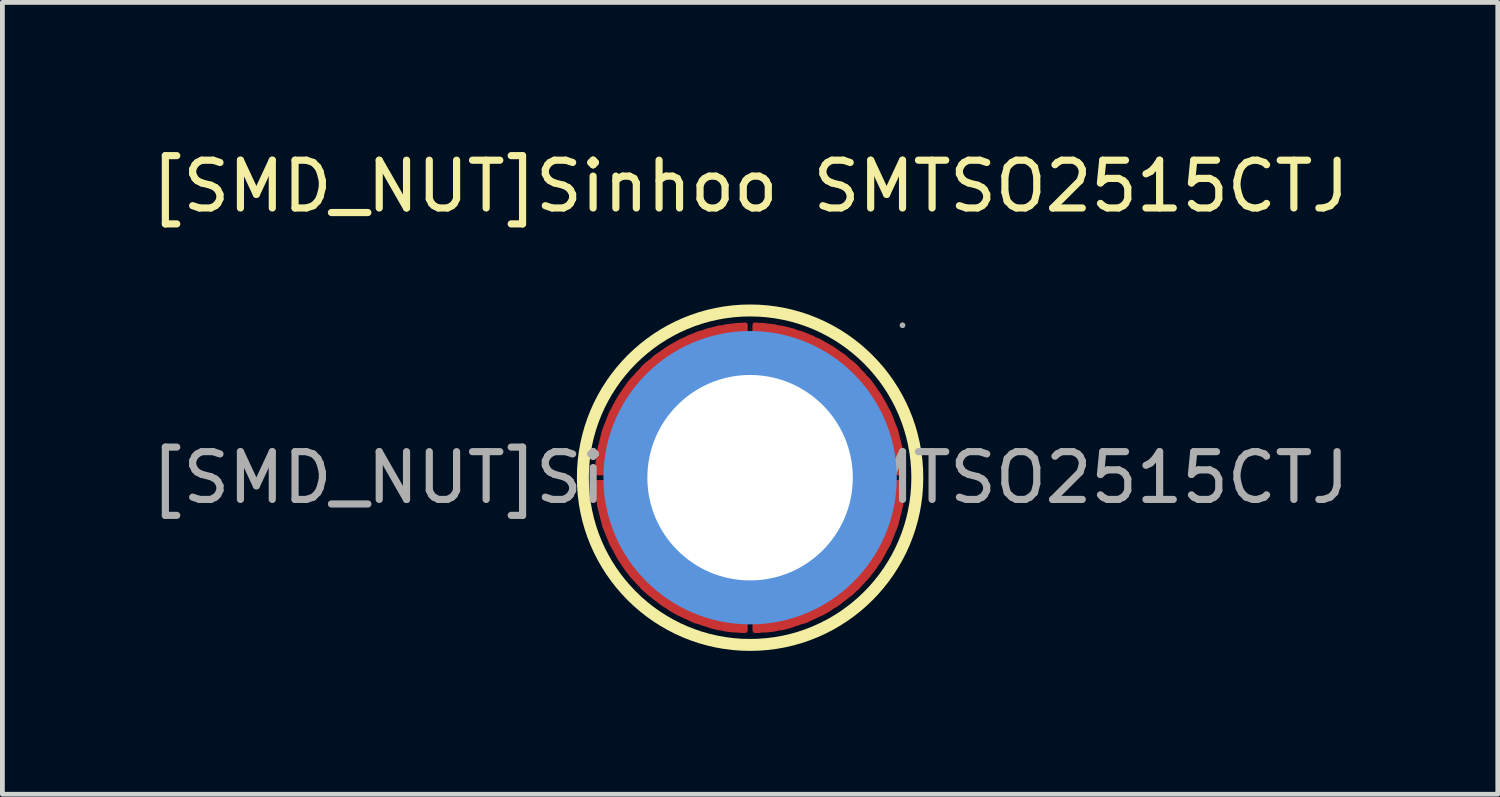
<source format=kicad_pcb>
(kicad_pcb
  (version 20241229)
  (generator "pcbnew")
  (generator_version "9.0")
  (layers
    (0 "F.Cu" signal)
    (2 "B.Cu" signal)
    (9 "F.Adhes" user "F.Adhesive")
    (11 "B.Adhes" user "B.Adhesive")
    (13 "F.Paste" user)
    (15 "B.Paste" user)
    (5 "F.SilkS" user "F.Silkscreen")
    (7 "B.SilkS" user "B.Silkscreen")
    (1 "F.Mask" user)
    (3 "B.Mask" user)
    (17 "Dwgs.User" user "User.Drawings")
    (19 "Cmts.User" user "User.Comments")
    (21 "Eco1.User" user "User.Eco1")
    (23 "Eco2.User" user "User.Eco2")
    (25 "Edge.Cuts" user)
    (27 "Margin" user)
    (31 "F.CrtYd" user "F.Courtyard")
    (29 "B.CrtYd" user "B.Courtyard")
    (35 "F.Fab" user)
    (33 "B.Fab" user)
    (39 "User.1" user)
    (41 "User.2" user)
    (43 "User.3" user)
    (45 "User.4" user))
  (footprint "[SMD_NUT]Sinhoo SMTSO2515CTJ"
    (layer "F.Cu")
    (at 12.649 6.948)
    (property "Reference" "[SMD_NUT]Sinhoo SMTSO2515CTJ" (at 0 -6.1 0) (layer "F.SilkS") (effects (font (size 1 1) (thickness 0.15))))
    (attr smd)
    (fp_circle (center 0 0) (end 3.5 0) (stroke (width 0.25) (type solid)) (fill no) (layer "F.SilkS"))
    (fp_circle (center 0 0) (end 1.02 0) (stroke (width 2.05) (type solid)) (fill no) (layer "Cmts.User"))
    (fp_circle (center 3.19 -3.19) (end 3.22 -3.19) (stroke (width 0.06) (type solid)) (fill no) (layer "F.Fab"))
    (fp_text user "${REFERENCE}" (at 0 0 0) (layer "F.Fab") (effects (font (size 1 1) (thickness 0.15))))
    (pad "" thru_hole circle (at 0 0) (size 4.3 4.3) (drill 4.3) (layers "*.Cu" "*.Mask"))
    (pad "1" smd custom (at -2.1 -1.65) (size 0.01 0.01) (layers "F.Cu" "F.Mask" "F.Paste") (options (anchor circle)) (primitives (gr_poly (pts (xy 2 -1.55) (xy 2 -0.55) (xy 1.93 -0.54) (xy 1.86 -0.54) (xy 1.8 -0.53) (xy 1.73 -0.52) (xy 1.66 -0.5) (xy 1.6 -0.49) (xy 1.53 -0.47) (xy 1.47 -0.46) (xy 1.4 -0.43) (xy 1.34 -0.41) (xy 1.27 -0.39) (xy 1.21 -0.36) (xy 1.15 -0.33) (xy 1.09 -0.3) (xy 1.03 -0.27) (xy 0.97 -0.24) (xy 0.91 -0.2) (xy 0.86 -0.16) (xy 0.8 -0.12) (xy 0.75 -0.08) (xy 0.69 -0.04) (xy 0.64 0) (xy 0.59 0.05) (xy 0.54 0.1) (xy 0.49 0.14) (xy 0.45 0.2) (xy 0.4 0.25) (xy 0.36 0.3) (xy 0.32 0.35) (xy 0.28 0.41) (xy 0.24 0.47) (xy 0.21 0.52) (xy 0.18 0.58) (xy 0.14 0.64) (xy 0.11 0.7) (xy 0.08 0.76) (xy 0.06 0.83) (xy 0.03 0.89) (xy 0.01 0.95) (xy -0.01 1.02) (xy -0.03 1.09) (xy -0.04 1.15) (xy -0.06 1.22) (xy -0.07 1.28) (xy -0.08 1.35) (xy -0.09 1.42) (xy -0.1 1.49) (xy -0.1 1.55) (xy -1.1 1.55) (xy -1.1 1.47) (xy -1.09 1.39) (xy -1.08 1.31) (xy -1.07 1.23) (xy -1.06 1.15) (xy -1.05 1.07) (xy -1.03 0.99) (xy -1.01 0.91) (xy -0.99 0.83) (xy -0.97 0.75) (xy -0.95 0.67) (xy -0.92 0.59) (xy -0.89 0.52) (xy -0.86 0.44) (xy -0.83 0.36) (xy -0.8 0.29) (xy -0.76 0.22) (xy -0.72 0.14) (xy -0.68 0.07) (xy -0.64 0) (xy -0.6 -0.07) (xy -0.55 -0.14) (xy -0.51 -0.2) (xy -0.46 -0.27) (xy -0.41 -0.34) (xy -0.36 -0.4) (xy -0.3 -0.46) (xy -0.25 -0.52) (xy -0.19 -0.58) (xy -0.14 -0.64) (xy -0.08 -0.7) (xy -0.02 -0.75) (xy 0.05 -0.8) (xy 0.11 -0.86) (xy 0.18 -0.91) (xy 0.24 -0.95) (xy 0.31 -1) (xy 0.38 -1.05) (xy 0.45 -1.09) (xy 0.52 -1.13) (xy 0.59 -1.17) (xy 0.66 -1.21) (xy 0.74 -1.24) (xy 0.81 -1.28) (xy 0.89 -1.31) (xy 0.96 -1.34) (xy 1.04 -1.37) (xy 1.12 -1.39) (xy 1.19 -1.42) (xy 1.27 -1.44) (xy 1.35 -1.46) (xy 1.43 -1.48) (xy 1.51 -1.49) (xy 1.59 -1.51) (xy 1.67 -1.52) (xy 1.76 -1.53) (xy 1.84 -1.54) (xy 1.92 -1.54) (xy 2 -1.55)) (width 0.1) (fill yes))))
    (pad "2" smd custom (at 1.65 -2.1) (size 0.01 0.01) (layers "F.Cu" "F.Mask" "F.Paste") (options (anchor circle)) (primitives (gr_poly (pts (xy 1.55 2) (xy 0.55 2) (xy 0.55 1.94) (xy 0.54 1.87) (xy 0.53 1.8) (xy 0.52 1.73) (xy 0.51 1.67) (xy 0.49 1.6) (xy 0.48 1.54) (xy 0.46 1.47) (xy 0.44 1.4) (xy 0.42 1.34) (xy 0.39 1.28) (xy 0.37 1.21) (xy 0.34 1.15) (xy 0.31 1.09) (xy 0.27 1.03) (xy 0.24 0.97) (xy 0.21 0.92) (xy 0.17 0.86) (xy 0.13 0.8) (xy 0.09 0.75) (xy 0.05 0.7) (xy 0 0.65) (xy -0.04 0.59) (xy -0.09 0.55) (xy -0.14 0.5) (xy -0.19 0.45) (xy -0.24 0.41) (xy -0.3 0.37) (xy -0.35 0.33) (xy -0.41 0.29) (xy -0.46 0.25) (xy -0.52 0.21) (xy -0.58 0.18) (xy -0.64 0.15) (xy -0.7 0.12) (xy -0.76 0.09) (xy -0.82 0.06) (xy -0.89 0.04) (xy -0.95 0.02) (xy -1.02 -0.01) (xy -1.08 -0.02) (xy -1.15 -0.04) (xy -1.21 -0.05) (xy -1.28 -0.07) (xy -1.35 -0.08) (xy -1.41 -0.09) (xy -1.48 -0.09) (xy -1.55 -0.1) (xy -1.55 -1.1) (xy -1.47 -1.09) (xy -1.39 -1.09) (xy -1.31 -1.08) (xy -1.22 -1.07) (xy -1.14 -1.06) (xy -1.06 -1.04) (xy -0.98 -1.03) (xy -0.9 -1.01) (xy -0.82 -0.99) (xy -0.74 -0.97) (xy -0.67 -0.94) (xy -0.59 -0.92) (xy -0.51 -0.89) (xy -0.44 -0.86) (xy -0.36 -0.83) (xy -0.29 -0.79) (xy -0.21 -0.76) (xy -0.14 -0.72) (xy -0.07 -0.68) (xy 0 -0.64) (xy 0.07 -0.6) (xy 0.14 -0.55) (xy 0.21 -0.5) (xy 0.27 -0.46) (xy 0.34 -0.41) (xy 0.4 -0.35) (xy 0.47 -0.3) (xy 0.53 -0.25) (xy 0.59 -0.19) (xy 0.64 -0.13) (xy 0.7 -0.07) (xy 0.75 -0.01) (xy 0.81 0.05) (xy 0.86 0.11) (xy 0.91 0.18) (xy 0.96 0.25) (xy 1 0.31) (xy 1.05 0.38) (xy 1.09 0.45) (xy 1.13 0.52) (xy 1.17 0.59) (xy 1.21 0.67) (xy 1.25 0.74) (xy 1.28 0.81) (xy 1.31 0.89) (xy 1.34 0.97) (xy 1.37 1.04) (xy 1.4 1.12) (xy 1.42 1.2) (xy 1.44 1.28) (xy 1.46 1.36) (xy 1.48 1.44) (xy 1.5 1.52) (xy 1.51 1.6) (xy 1.52 1.68) (xy 1.53 1.76) (xy 1.54 1.84) (xy 1.55 1.92) (xy 1.55 2)) (width 0.1) (fill yes))))
    (pad "3" smd custom (at 2.1 1.65) (size 0.01 0.01) (layers "F.Cu" "F.Mask" "F.Paste") (options (anchor circle)) (primitives (gr_poly (pts (xy -2 1.55) (xy -2 0.55) (xy -1.93 0.55) (xy -1.86 0.54) (xy -1.8 0.54) (xy -1.73 0.53) (xy -1.66 0.51) (xy -1.6 0.5) (xy -1.53 0.48) (xy -1.47 0.46) (xy -1.4 0.44) (xy -1.34 0.42) (xy -1.27 0.4) (xy -1.21 0.37) (xy -1.15 0.34) (xy -1.09 0.31) (xy -1.03 0.28) (xy -0.97 0.24) (xy -0.91 0.21) (xy -0.86 0.17) (xy -0.8 0.13) (xy -0.75 0.09) (xy -0.69 0.05) (xy -0.64 0) (xy -0.59 -0.04) (xy -0.54 -0.09) (xy -0.49 -0.14) (xy -0.45 -0.19) (xy -0.4 -0.24) (xy -0.36 -0.29) (xy -0.32 -0.35) (xy -0.28 -0.4) (xy -0.24 -0.46) (xy -0.21 -0.52) (xy -0.18 -0.57) (xy -0.14 -0.63) (xy -0.11 -0.7) (xy -0.08 -0.76) (xy -0.06 -0.82) (xy -0.03 -0.88) (xy -0.01 -0.95) (xy 0.01 -1.01) (xy 0.03 -1.08) (xy 0.04 -1.14) (xy 0.06 -1.21) (xy 0.07 -1.28) (xy 0.08 -1.34) (xy 0.09 -1.41) (xy 0.1 -1.48) (xy 0.1 -1.55) (xy 1.1 -1.55) (xy 1.1 -1.46) (xy 1.09 -1.38) (xy 1.08 -1.3) (xy 1.07 -1.22) (xy 1.06 -1.14) (xy 1.05 -1.06) (xy 1.03 -0.98) (xy 1.01 -0.9) (xy 0.99 -0.82) (xy 0.97 -0.74) (xy 0.95 -0.66) (xy 0.92 -0.58) (xy 0.89 -0.51) (xy 0.86 -0.43) (xy 0.83 -0.36) (xy 0.8 -0.28) (xy 0.76 -0.21) (xy 0.72 -0.14) (xy 0.68 -0.06) (xy 0.64 0.01) (xy 0.6 0.08) (xy 0.55 0.15) (xy 0.51 0.21) (xy 0.46 0.28) (xy 0.41 0.34) (xy 0.36 0.41) (xy 0.3 0.47) (xy 0.25 0.53) (xy 0.19 0.59) (xy 0.14 0.65) (xy 0.08 0.7) (xy 0.02 0.76) (xy -0.05 0.81) (xy -0.11 0.86) (xy -0.18 0.91) (xy -0.24 0.96) (xy -0.31 1.01) (xy -0.38 1.05) (xy -0.45 1.1) (xy -0.52 1.14) (xy -0.59 1.18) (xy -0.66 1.21) (xy -0.74 1.25) (xy -0.81 1.28) (xy -0.89 1.32) (xy -0.96 1.35) (xy -1.04 1.37) (xy -1.12 1.4) (xy -1.19 1.42) (xy -1.27 1.45) (xy -1.35 1.47) (xy -1.43 1.49) (xy -1.51 1.5) (xy -1.59 1.52) (xy -1.67 1.53) (xy -1.76 1.54) (xy -1.84 1.54) (xy -1.92 1.55) (xy -2 1.55)) (width 0.1) (fill yes))))
    (pad "4" smd custom (at -1.65 2.1) (size 0.01 0.01) (layers "F.Cu" "F.Mask" "F.Paste") (options (anchor circle)) (primitives (gr_poly (pts (xy -1.55 -2) (xy -0.55 -2) (xy -0.55 -1.93) (xy -0.54 -1.86) (xy -0.53 -1.79) (xy -0.52 -1.73) (xy -0.51 -1.66) (xy -0.49 -1.59) (xy -0.48 -1.53) (xy -0.46 -1.46) (xy -0.44 -1.4) (xy -0.42 -1.33) (xy -0.39 -1.27) (xy -0.37 -1.21) (xy -0.34 -1.15) (xy -0.31 -1.08) (xy -0.27 -1.02) (xy -0.24 -0.97) (xy -0.21 -0.91) (xy -0.17 -0.85) (xy -0.13 -0.8) (xy -0.09 -0.74) (xy -0.05 -0.69) (xy 0 -0.64) (xy 0.04 -0.59) (xy 0.09 -0.54) (xy 0.14 -0.49) (xy 0.19 -0.45) (xy 0.24 -0.4) (xy 0.3 -0.36) (xy 0.35 -0.32) (xy 0.41 -0.28) (xy 0.46 -0.24) (xy 0.52 -0.21) (xy 0.58 -0.17) (xy 0.64 -0.14) (xy 0.7 -0.11) (xy 0.76 -0.08) (xy 0.82 -0.05) (xy 0.89 -0.03) (xy 0.95 -0.01) (xy 1.02 0.01) (xy 1.08 0.03) (xy 1.15 0.05) (xy 1.21 0.06) (xy 1.28 0.08) (xy 1.35 0.09) (xy 1.41 0.09) (xy 1.48 0.1) (xy 1.55 0.1) (xy 1.55 1.1) (xy 1.47 1.1) (xy 1.39 1.09) (xy 1.31 1.09) (xy 1.22 1.08) (xy 1.14 1.07) (xy 1.06 1.05) (xy 0.98 1.04) (xy 0.9 1.02) (xy 0.82 1) (xy 0.74 0.97) (xy 0.67 0.95) (xy 0.59 0.92) (xy 0.51 0.9) (xy 0.44 0.87) (xy 0.36 0.83) (xy 0.29 0.8) (xy 0.21 0.76) (xy 0.14 0.73) (xy 0.07 0.69) (xy 0 0.65) (xy -0.07 0.6) (xy -0.14 0.56) (xy -0.21 0.51) (xy -0.27 0.46) (xy -0.34 0.41) (xy -0.4 0.36) (xy -0.47 0.31) (xy -0.53 0.25) (xy -0.59 0.2) (xy -0.64 0.14) (xy -0.7 0.08) (xy -0.75 0.02) (xy -0.81 -0.04) (xy -0.86 -0.11) (xy -0.91 -0.17) (xy -0.96 -0.24) (xy -1 -0.3) (xy -1.05 -0.37) (xy -1.09 -0.44) (xy -1.13 -0.51) (xy -1.17 -0.59) (xy -1.21 -0.66) (xy -1.25 -0.73) (xy -1.28 -0.81) (xy -1.31 -0.88) (xy -1.34 -0.96) (xy -1.37 -1.03) (xy -1.4 -1.11) (xy -1.42 -1.19) (xy -1.44 -1.27) (xy -1.46 -1.35) (xy -1.48 -1.43) (xy -1.5 -1.51) (xy -1.51 -1.59) (xy -1.52 -1.67) (xy -1.53 -1.75) (xy -1.54 -1.83) (xy -1.55 -1.91) (xy -1.55 -2)) (width 0.1) (fill yes)))))
  (gr_rect
    (start -3 -3)
    (end 28.298 13.573)
    (stroke (width 0.1) (type default))
    (fill no)
    (layer "Edge.Cuts")))
</source>
